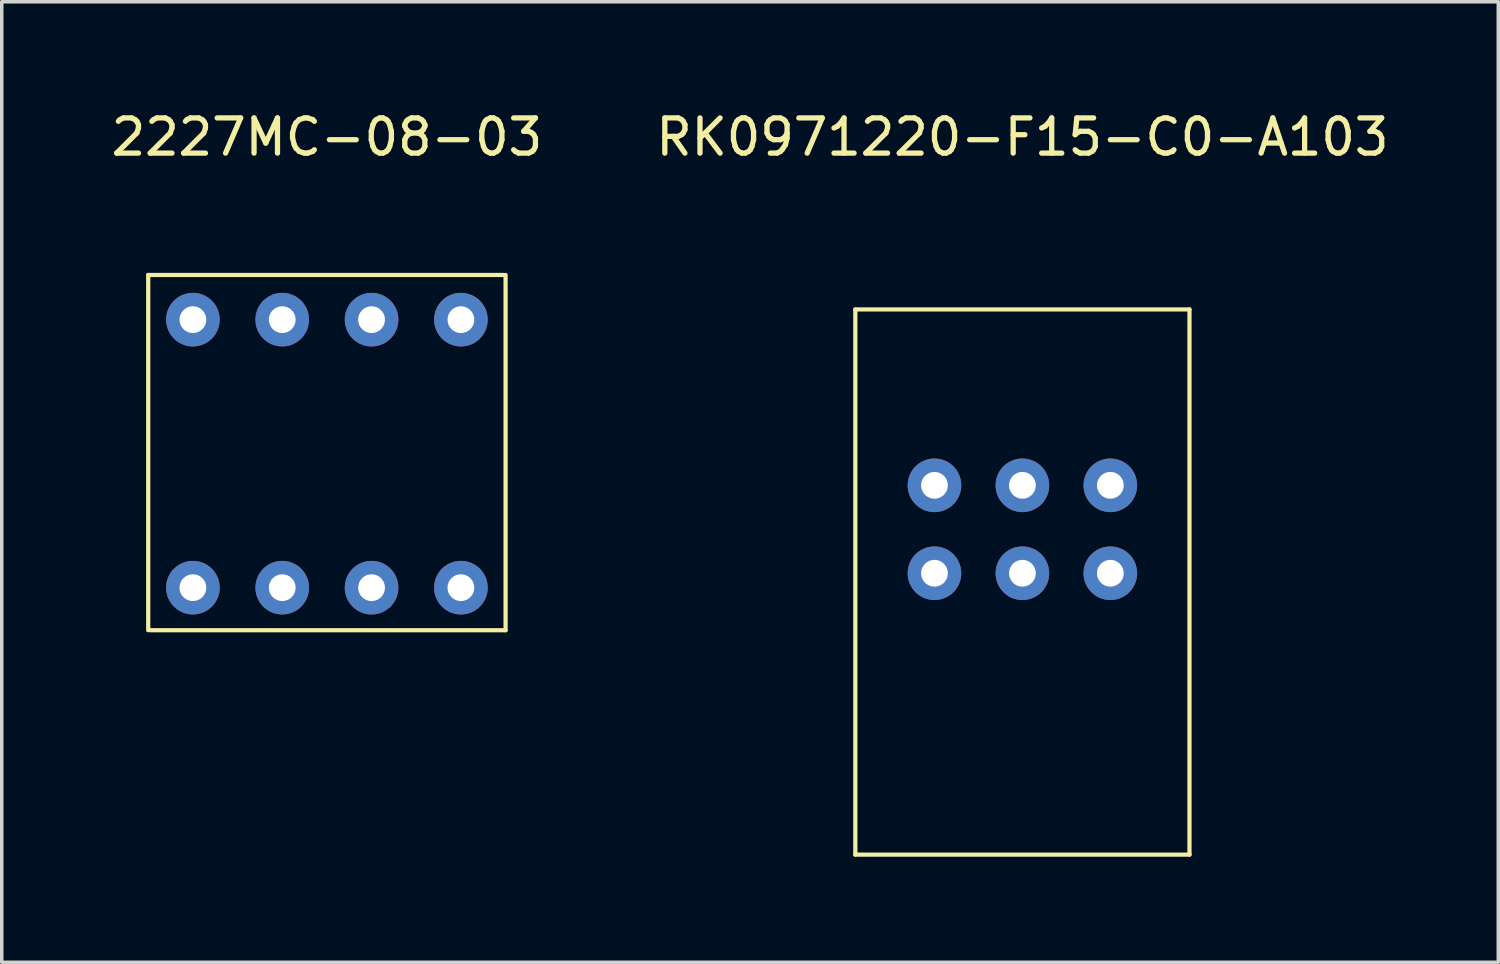
<source format=kicad_pcb>
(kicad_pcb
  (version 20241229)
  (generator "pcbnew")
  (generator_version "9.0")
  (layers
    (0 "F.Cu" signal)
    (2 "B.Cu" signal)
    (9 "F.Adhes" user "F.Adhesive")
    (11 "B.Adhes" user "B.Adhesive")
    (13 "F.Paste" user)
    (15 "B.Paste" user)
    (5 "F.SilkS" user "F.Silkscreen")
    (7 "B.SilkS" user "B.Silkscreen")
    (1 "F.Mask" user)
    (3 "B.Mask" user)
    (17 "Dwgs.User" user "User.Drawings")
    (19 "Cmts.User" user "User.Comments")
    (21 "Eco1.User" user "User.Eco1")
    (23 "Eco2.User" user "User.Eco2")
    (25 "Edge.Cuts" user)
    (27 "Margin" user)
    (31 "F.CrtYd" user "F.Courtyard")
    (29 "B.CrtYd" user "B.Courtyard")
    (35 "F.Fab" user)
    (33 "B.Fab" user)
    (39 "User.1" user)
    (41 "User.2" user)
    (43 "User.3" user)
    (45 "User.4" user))
  (footprint "2227MC-08-03"
    (layer "F.Cu")
    (at 6.244 9.848)
    (property "Reference" "2227MC-08-03" (at 0 -9 0) (layer "F.SilkS") (effects (font (size 1 1) (thickness 0.15))))
    (attr through_hole)
    (fp_line (start -5.08 -5.08) (end -5.08 5.02) (stroke (width 0.12) (type solid)) (layer "F.SilkS"))
    (fp_line (start -5.08 -5.08) (end 5.02 -5.08) (stroke (width 0.12) (type solid)) (layer "F.SilkS"))
    (fp_line (start -5.02 5.02) (end 5.08 5.02) (stroke (width 0.12) (type solid)) (layer "F.SilkS"))
    (fp_line (start 5.08 -5.08) (end 5.08 5.02) (stroke (width 0.12) (type solid)) (layer "F.SilkS"))
    (pad "1" thru_hole circle (at -3.81 3.81) (size 1.524 1.524) (drill 0.762) (layers "*.Cu" "*.Mask"))
    (pad "2" thru_hole circle (at -1.27 3.81) (size 1.524 1.524) (drill 0.762) (layers "*.Cu" "*.Mask"))
    (pad "3" thru_hole circle (at 1.27 3.81) (size 1.524 1.524) (drill 0.762) (layers "*.Cu" "*.Mask"))
    (pad "4" thru_hole circle (at 3.81 3.81) (size 1.524 1.524) (drill 0.762) (layers "*.Cu" "*.Mask"))
    (pad "5" thru_hole circle (at 3.81 -3.81) (size 1.524 1.524) (drill 0.762) (layers "*.Cu" "*.Mask"))
    (pad "6" thru_hole circle (at 1.27 -3.81) (size 1.524 1.524) (drill 0.762) (layers "*.Cu" "*.Mask"))
    (pad "7" thru_hole circle (at -1.27 -3.81) (size 1.524 1.524) (drill 0.762) (layers "*.Cu" "*.Mask"))
    (pad "8" thru_hole circle (at -3.81 -3.81) (size 1.524 1.524) (drill 0.762) (layers "*.Cu" "*.Mask")))
  (footprint "RK0971220-F15-C0-A103"
    (layer "F.Cu")
    (at 26.018 10.748)
    (property "Reference" "RK0971220-F15-C0-A103" (at 0 -9.9 0) (layer "F.SilkS") (effects (font (size 1 1) (thickness 0.15))))
    (attr through_hole)
    (fp_line (start -4.75 -5) (end -4.75 10.5) (stroke (width 0.12) (type solid)) (layer "F.SilkS"))
    (fp_line (start -4.75 10.5) (end 4.75 10.5) (stroke (width 0.12) (type solid)) (layer "F.SilkS"))
    (fp_line (start 4.75 -5) (end -4.75 -5) (stroke (width 0.12) (type solid)) (layer "F.SilkS"))
    (fp_line (start 4.75 10.5) (end 4.75 -5) (stroke (width 0.12) (type solid)) (layer "F.SilkS"))
    (pad "1" thru_hole circle (at -2.5 0) (size 1.524 1.524) (drill 0.762) (layers "*.Cu" "*.Mask"))
    (pad "2" thru_hole circle (at 0 0) (size 1.524 1.524) (drill 0.762) (layers "*.Cu" "*.Mask"))
    (pad "3" thru_hole circle (at 2.5 0) (size 1.524 1.524) (drill 0.762) (layers "*.Cu" "*.Mask"))
    (pad "4" thru_hole circle (at -2.5 2.5) (size 1.524 1.524) (drill 0.762) (layers "*.Cu" "*.Mask"))
    (pad "5" thru_hole circle (at 0 2.5) (size 1.524 1.524) (drill 0.762) (layers "*.Cu" "*.Mask"))
    (pad "6" thru_hole circle (at 2.5 2.5) (size 1.524 1.524) (drill 0.762) (layers "*.Cu" "*.Mask")))
  (gr_rect
    (start -3 -3)
    (end 39.548 24.308)
    (stroke (width 0.1) (type default))
    (fill no)
    (layer "Edge.Cuts")))
</source>
